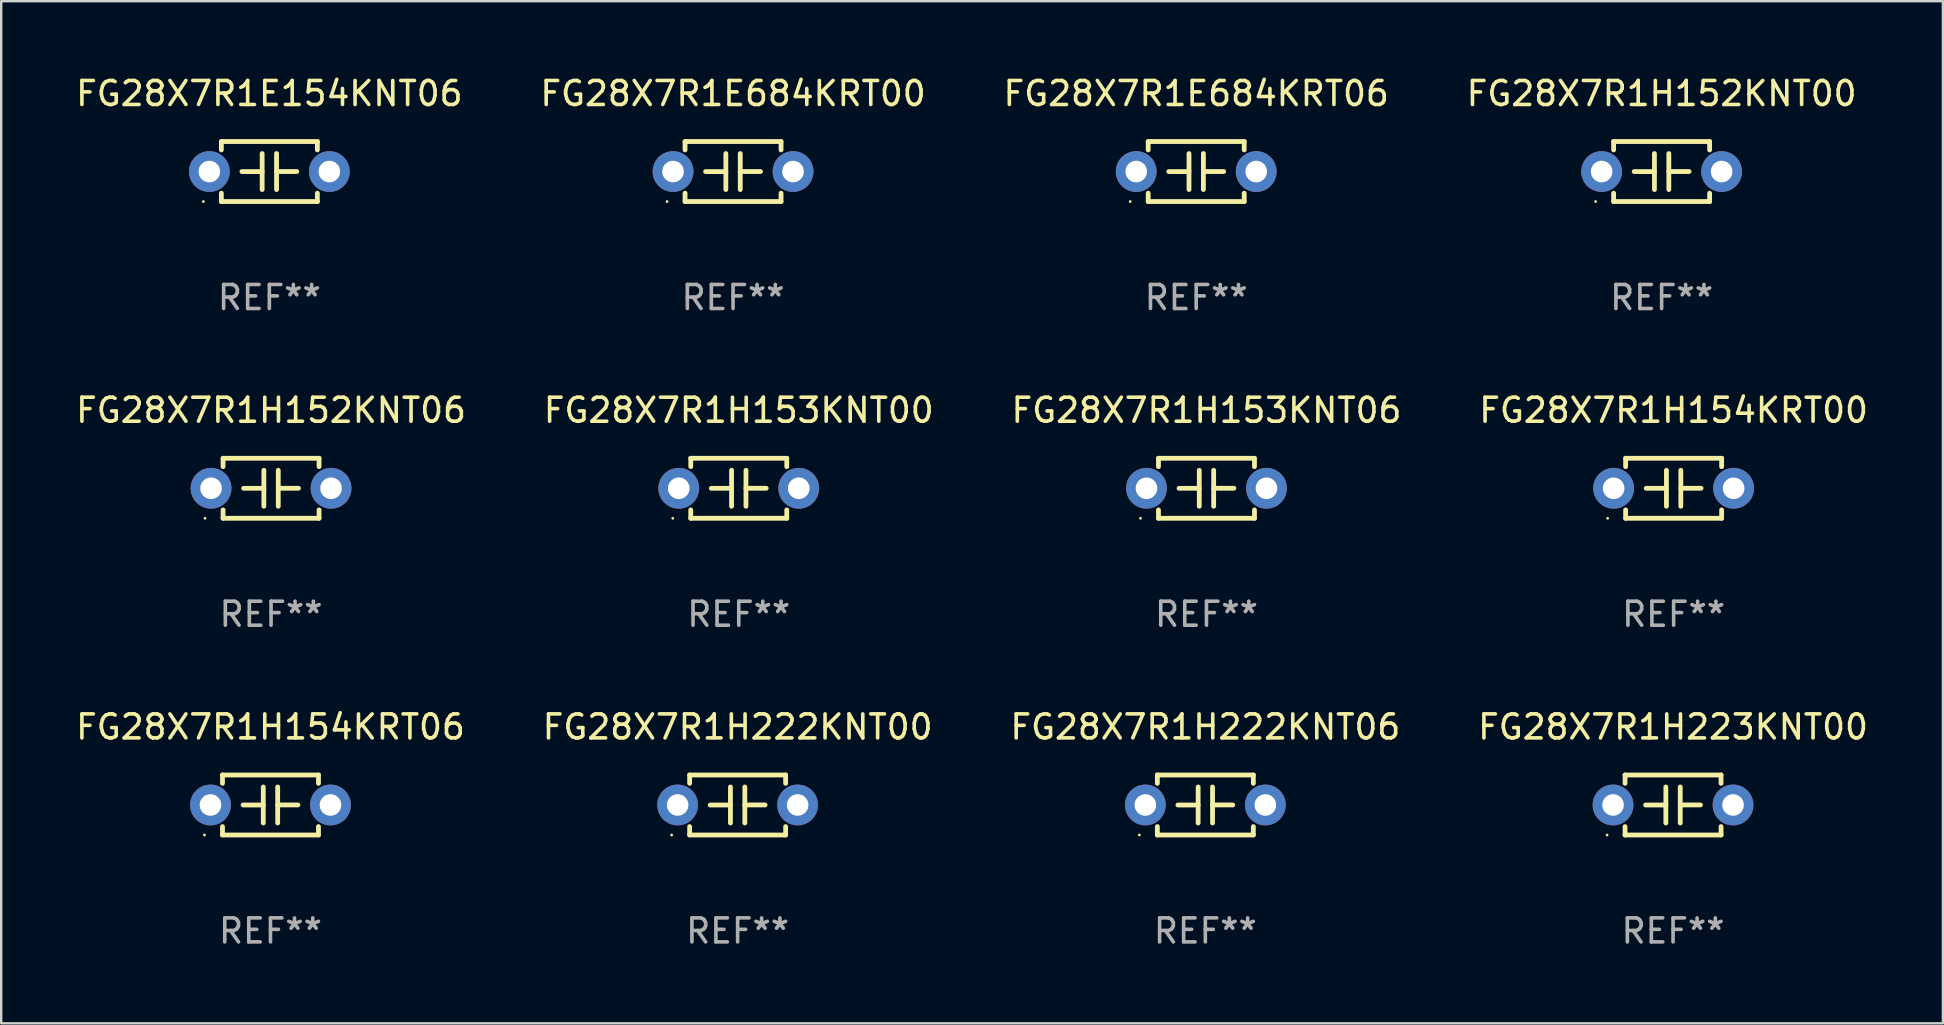
<source format=kicad_pcb>
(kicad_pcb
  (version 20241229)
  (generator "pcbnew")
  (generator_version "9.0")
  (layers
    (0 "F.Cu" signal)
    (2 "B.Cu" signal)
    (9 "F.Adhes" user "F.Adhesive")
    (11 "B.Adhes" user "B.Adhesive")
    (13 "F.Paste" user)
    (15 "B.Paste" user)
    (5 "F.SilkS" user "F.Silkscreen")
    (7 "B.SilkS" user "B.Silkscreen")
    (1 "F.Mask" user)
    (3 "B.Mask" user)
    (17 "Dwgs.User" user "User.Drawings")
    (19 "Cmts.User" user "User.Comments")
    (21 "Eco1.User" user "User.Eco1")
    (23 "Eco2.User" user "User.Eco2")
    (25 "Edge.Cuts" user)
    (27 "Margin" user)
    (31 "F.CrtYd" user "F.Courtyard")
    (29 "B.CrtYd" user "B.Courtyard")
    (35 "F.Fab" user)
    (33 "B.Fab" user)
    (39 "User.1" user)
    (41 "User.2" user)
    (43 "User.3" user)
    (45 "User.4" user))
  (footprint "FG28X7R1H222KNT00"
    (layer "F.Cu")
    (at 27.685 30.491)
    (property "Reference" "FG28X7R1H222KNT00" (at 0 -3.25 0) (layer "F.SilkS") (effects (font (size 1 1) (thickness 0.15))))
    (attr through_hole)
    (fp_line (start -2 -1.25) (end -2 -0.901) (stroke (width 0.2) (type solid)) (layer "F.SilkS"))
    (fp_line (start -2 -1.25) (end 2 -1.25) (stroke (width 0.2) (type solid)) (layer "F.SilkS"))
    (fp_line (start -2 0.901) (end -2 1.25) (stroke (width 0.2) (type solid)) (layer "F.SilkS"))
    (fp_line (start -0.3 -0.75) (end -0.3 0.75) (stroke (width 0.2) (type solid)) (layer "F.SilkS"))
    (fp_line (start -0.3 0.001) (end -1.143 0.001) (stroke (width 0.2) (type solid)) (layer "F.SilkS"))
    (fp_line (start 0.3 -0.001) (end 1.143 -0.001) (stroke (width 0.2) (type solid)) (layer "F.SilkS"))
    (fp_line (start 0.3 0.75) (end 0.3 -0.75) (stroke (width 0.2) (type solid)) (layer "F.SilkS"))
    (fp_line (start 2 -1.25) (end 2 -0.901) (stroke (width 0.2) (type solid)) (layer "F.SilkS"))
    (fp_line (start 2 0.901) (end 2 1.25) (stroke (width 0.2) (type solid)) (layer "F.SilkS"))
    (fp_line (start 2 1.25) (end -2 1.25) (stroke (width 0.2) (type solid)) (layer "F.SilkS"))
    (fp_circle (center -2.75 1.25) (end -2.72 1.25) (stroke (width 0.06) (type solid)) (fill no) (layer "F.SilkS"))
    (fp_text user "REF**" (at 0 5.25 0) (layer "F.Fab") (effects (font (size 1 1) (thickness 0.15))))
    (pad "1" thru_hole circle (at -2.5 0) (size 1.7 1.7) (drill 0.9) (layers "*.Cu" "*.Mask"))
    (pad "2" thru_hole circle (at 2.5 0) (size 1.7 1.7) (drill 0.9) (layers "*.Cu" "*.Mask")))
  (footprint "FG28X7R1E684KRT00"
    (layer "F.Cu")
    (at 27.494 4.098)
    (property "Reference" "FG28X7R1E684KRT00" (at 0 -3.25 0) (layer "F.SilkS") (effects (font (size 1 1) (thickness 0.15))))
    (attr through_hole)
    (fp_line (start -2 -1.25) (end -2 -0.901) (stroke (width 0.2) (type solid)) (layer "F.SilkS"))
    (fp_line (start -2 -1.25) (end 2 -1.25) (stroke (width 0.2) (type solid)) (layer "F.SilkS"))
    (fp_line (start -2 0.901) (end -2 1.25) (stroke (width 0.2) (type solid)) (layer "F.SilkS"))
    (fp_line (start -0.3 -0.75) (end -0.3 0.75) (stroke (width 0.2) (type solid)) (layer "F.SilkS"))
    (fp_line (start -0.3 0.001) (end -1.143 0.001) (stroke (width 0.2) (type solid)) (layer "F.SilkS"))
    (fp_line (start 0.3 -0.001) (end 1.143 -0.001) (stroke (width 0.2) (type solid)) (layer "F.SilkS"))
    (fp_line (start 0.3 0.75) (end 0.3 -0.75) (stroke (width 0.2) (type solid)) (layer "F.SilkS"))
    (fp_line (start 2 -1.25) (end 2 -0.901) (stroke (width 0.2) (type solid)) (layer "F.SilkS"))
    (fp_line (start 2 0.901) (end 2 1.25) (stroke (width 0.2) (type solid)) (layer "F.SilkS"))
    (fp_line (start 2 1.25) (end -2 1.25) (stroke (width 0.2) (type solid)) (layer "F.SilkS"))
    (fp_circle (center -2.75 1.25) (end -2.72 1.25) (stroke (width 0.06) (type solid)) (fill no) (layer "F.SilkS"))
    (fp_text user "REF**" (at 0 5.25 0) (layer "F.Fab") (effects (font (size 1 1) (thickness 0.15))))
    (pad "1" thru_hole circle (at -2.5 0) (size 1.7 1.7) (drill 0.9) (layers "*.Cu" "*.Mask"))
    (pad "2" thru_hole circle (at 2.5 0) (size 1.7 1.7) (drill 0.9) (layers "*.Cu" "*.Mask")))
  (footprint "FG28X7R1H153KNT06"
    (layer "F.Cu")
    (at 47.22 17.295)
    (property "Reference" "FG28X7R1H153KNT06" (at 0 -3.25 0) (layer "F.SilkS") (effects (font (size 1 1) (thickness 0.15))))
    (attr through_hole)
    (fp_line (start -2 -1.25) (end -2 -0.901) (stroke (width 0.2) (type solid)) (layer "F.SilkS"))
    (fp_line (start -2 -1.25) (end 2 -1.25) (stroke (width 0.2) (type solid)) (layer "F.SilkS"))
    (fp_line (start -2 0.901) (end -2 1.25) (stroke (width 0.2) (type solid)) (layer "F.SilkS"))
    (fp_line (start -0.3 -0.75) (end -0.3 0.75) (stroke (width 0.2) (type solid)) (layer "F.SilkS"))
    (fp_line (start -0.3 0.001) (end -1.143 0.001) (stroke (width 0.2) (type solid)) (layer "F.SilkS"))
    (fp_line (start 0.3 -0.001) (end 1.143 -0.001) (stroke (width 0.2) (type solid)) (layer "F.SilkS"))
    (fp_line (start 0.3 0.75) (end 0.3 -0.75) (stroke (width 0.2) (type solid)) (layer "F.SilkS"))
    (fp_line (start 2 -1.25) (end 2 -0.901) (stroke (width 0.2) (type solid)) (layer "F.SilkS"))
    (fp_line (start 2 0.901) (end 2 1.25) (stroke (width 0.2) (type solid)) (layer "F.SilkS"))
    (fp_line (start 2 1.25) (end -2 1.25) (stroke (width 0.2) (type solid)) (layer "F.SilkS"))
    (fp_circle (center -2.75 1.25) (end -2.72 1.25) (stroke (width 0.06) (type solid)) (fill no) (layer "F.SilkS"))
    (fp_text user "REF**" (at 0 5.25 0) (layer "F.Fab") (effects (font (size 1 1) (thickness 0.15))))
    (pad "1" thru_hole circle (at -2.5 0) (size 1.7 1.7) (drill 0.9) (layers "*.Cu" "*.Mask"))
    (pad "2" thru_hole circle (at 2.5 0) (size 1.7 1.7) (drill 0.9) (layers "*.Cu" "*.Mask")))
  (footprint "FG28X7R1H154KRT00"
    (layer "F.Cu")
    (at 66.685 17.295)
    (property "Reference" "FG28X7R1H154KRT00" (at 0 -3.25 0) (layer "F.SilkS") (effects (font (size 1 1) (thickness 0.15))))
    (attr through_hole)
    (fp_line (start -2 -1.25) (end -2 -0.901) (stroke (width 0.2) (type solid)) (layer "F.SilkS"))
    (fp_line (start -2 -1.25) (end 2 -1.25) (stroke (width 0.2) (type solid)) (layer "F.SilkS"))
    (fp_line (start -2 0.901) (end -2 1.25) (stroke (width 0.2) (type solid)) (layer "F.SilkS"))
    (fp_line (start -0.3 -0.75) (end -0.3 0.75) (stroke (width 0.2) (type solid)) (layer "F.SilkS"))
    (fp_line (start -0.3 0.001) (end -1.143 0.001) (stroke (width 0.2) (type solid)) (layer "F.SilkS"))
    (fp_line (start 0.3 -0.001) (end 1.143 -0.001) (stroke (width 0.2) (type solid)) (layer "F.SilkS"))
    (fp_line (start 0.3 0.75) (end 0.3 -0.75) (stroke (width 0.2) (type solid)) (layer "F.SilkS"))
    (fp_line (start 2 -1.25) (end 2 -0.901) (stroke (width 0.2) (type solid)) (layer "F.SilkS"))
    (fp_line (start 2 0.901) (end 2 1.25) (stroke (width 0.2) (type solid)) (layer "F.SilkS"))
    (fp_line (start 2 1.25) (end -2 1.25) (stroke (width 0.2) (type solid)) (layer "F.SilkS"))
    (fp_circle (center -2.75 1.25) (end -2.72 1.25) (stroke (width 0.06) (type solid)) (fill no) (layer "F.SilkS"))
    (fp_text user "REF**" (at 0 5.25 0) (layer "F.Fab") (effects (font (size 1 1) (thickness 0.15))))
    (pad "1" thru_hole circle (at -2.5 0) (size 1.7 1.7) (drill 0.9) (layers "*.Cu" "*.Mask"))
    (pad "2" thru_hole circle (at 2.5 0) (size 1.7 1.7) (drill 0.9) (layers "*.Cu" "*.Mask")))
  (footprint "FG28X7R1E154KNT06"
    (layer "F.Cu")
    (at 8.173 4.098)
    (property "Reference" "FG28X7R1E154KNT06" (at 0 -3.25 0) (layer "F.SilkS") (effects (font (size 1 1) (thickness 0.15))))
    (attr through_hole)
    (fp_line (start -2 -1.25) (end -2 -0.901) (stroke (width 0.2) (type solid)) (layer "F.SilkS"))
    (fp_line (start -2 -1.25) (end 2 -1.25) (stroke (width 0.2) (type solid)) (layer "F.SilkS"))
    (fp_line (start -2 0.901) (end -2 1.25) (stroke (width 0.2) (type solid)) (layer "F.SilkS"))
    (fp_line (start -0.3 -0.75) (end -0.3 0.75) (stroke (width 0.2) (type solid)) (layer "F.SilkS"))
    (fp_line (start -0.3 0.001) (end -1.143 0.001) (stroke (width 0.2) (type solid)) (layer "F.SilkS"))
    (fp_line (start 0.3 -0.001) (end 1.143 -0.001) (stroke (width 0.2) (type solid)) (layer "F.SilkS"))
    (fp_line (start 0.3 0.75) (end 0.3 -0.75) (stroke (width 0.2) (type solid)) (layer "F.SilkS"))
    (fp_line (start 2 -1.25) (end 2 -0.901) (stroke (width 0.2) (type solid)) (layer "F.SilkS"))
    (fp_line (start 2 0.901) (end 2 1.25) (stroke (width 0.2) (type solid)) (layer "F.SilkS"))
    (fp_line (start 2 1.25) (end -2 1.25) (stroke (width 0.2) (type solid)) (layer "F.SilkS"))
    (fp_circle (center -2.75 1.25) (end -2.72 1.25) (stroke (width 0.06) (type solid)) (fill no) (layer "F.SilkS"))
    (fp_text user "REF**" (at 0 5.25 0) (layer "F.Fab") (effects (font (size 1 1) (thickness 0.15))))
    (pad "1" thru_hole circle (at -2.5 0) (size 1.7 1.7) (drill 0.9) (layers "*.Cu" "*.Mask"))
    (pad "2" thru_hole circle (at 2.5 0) (size 1.7 1.7) (drill 0.9) (layers "*.Cu" "*.Mask")))
  (footprint "FG28X7R1H152KNT00"
    (layer "F.Cu")
    (at 66.185 4.098)
    (property "Reference" "FG28X7R1H152KNT00" (at 0 -3.25 0) (layer "F.SilkS") (effects (font (size 1 1) (thickness 0.15))))
    (attr through_hole)
    (fp_line (start -2 -1.25) (end -2 -0.901) (stroke (width 0.2) (type solid)) (layer "F.SilkS"))
    (fp_line (start -2 -1.25) (end 2 -1.25) (stroke (width 0.2) (type solid)) (layer "F.SilkS"))
    (fp_line (start -2 0.901) (end -2 1.25) (stroke (width 0.2) (type solid)) (layer "F.SilkS"))
    (fp_line (start -0.3 -0.75) (end -0.3 0.75) (stroke (width 0.2) (type solid)) (layer "F.SilkS"))
    (fp_line (start -0.3 0.001) (end -1.143 0.001) (stroke (width 0.2) (type solid)) (layer "F.SilkS"))
    (fp_line (start 0.3 -0.001) (end 1.143 -0.001) (stroke (width 0.2) (type solid)) (layer "F.SilkS"))
    (fp_line (start 0.3 0.75) (end 0.3 -0.75) (stroke (width 0.2) (type solid)) (layer "F.SilkS"))
    (fp_line (start 2 -1.25) (end 2 -0.901) (stroke (width 0.2) (type solid)) (layer "F.SilkS"))
    (fp_line (start 2 0.901) (end 2 1.25) (stroke (width 0.2) (type solid)) (layer "F.SilkS"))
    (fp_line (start 2 1.25) (end -2 1.25) (stroke (width 0.2) (type solid)) (layer "F.SilkS"))
    (fp_circle (center -2.75 1.25) (end -2.72 1.25) (stroke (width 0.06) (type solid)) (fill no) (layer "F.SilkS"))
    (fp_text user "REF**" (at 0 5.25 0) (layer "F.Fab") (effects (font (size 1 1) (thickness 0.15))))
    (pad "1" thru_hole circle (at -2.5 0) (size 1.7 1.7) (drill 0.9) (layers "*.Cu" "*.Mask"))
    (pad "2" thru_hole circle (at 2.5 0) (size 1.7 1.7) (drill 0.9) (layers "*.Cu" "*.Mask")))
  (footprint "FG28X7R1H223KNT00"
    (layer "F.Cu")
    (at 66.661 30.491)
    (property "Reference" "FG28X7R1H223KNT00" (at 0 -3.25 0) (layer "F.SilkS") (effects (font (size 1 1) (thickness 0.15))))
    (attr through_hole)
    (fp_line (start -2 -1.25) (end -2 -0.901) (stroke (width 0.2) (type solid)) (layer "F.SilkS"))
    (fp_line (start -2 -1.25) (end 2 -1.25) (stroke (width 0.2) (type solid)) (layer "F.SilkS"))
    (fp_line (start -2 0.901) (end -2 1.25) (stroke (width 0.2) (type solid)) (layer "F.SilkS"))
    (fp_line (start -0.3 -0.75) (end -0.3 0.75) (stroke (width 0.2) (type solid)) (layer "F.SilkS"))
    (fp_line (start -0.3 0.001) (end -1.143 0.001) (stroke (width 0.2) (type solid)) (layer "F.SilkS"))
    (fp_line (start 0.3 -0.001) (end 1.143 -0.001) (stroke (width 0.2) (type solid)) (layer "F.SilkS"))
    (fp_line (start 0.3 0.75) (end 0.3 -0.75) (stroke (width 0.2) (type solid)) (layer "F.SilkS"))
    (fp_line (start 2 -1.25) (end 2 -0.901) (stroke (width 0.2) (type solid)) (layer "F.SilkS"))
    (fp_line (start 2 0.901) (end 2 1.25) (stroke (width 0.2) (type solid)) (layer "F.SilkS"))
    (fp_line (start 2 1.25) (end -2 1.25) (stroke (width 0.2) (type solid)) (layer "F.SilkS"))
    (fp_circle (center -2.75 1.25) (end -2.72 1.25) (stroke (width 0.06) (type solid)) (fill no) (layer "F.SilkS"))
    (fp_text user "REF**" (at 0 5.25 0) (layer "F.Fab") (effects (font (size 1 1) (thickness 0.15))))
    (pad "1" thru_hole circle (at -2.5 0) (size 1.7 1.7) (drill 0.9) (layers "*.Cu" "*.Mask"))
    (pad "2" thru_hole circle (at 2.5 0) (size 1.7 1.7) (drill 0.9) (layers "*.Cu" "*.Mask")))
  (footprint "FG28X7R1H222KNT06"
    (layer "F.Cu")
    (at 47.173 30.491)
    (property "Reference" "FG28X7R1H222KNT06" (at 0 -3.25 0) (layer "F.SilkS") (effects (font (size 1 1) (thickness 0.15))))
    (attr through_hole)
    (fp_line (start -2 -1.25) (end -2 -0.901) (stroke (width 0.2) (type solid)) (layer "F.SilkS"))
    (fp_line (start -2 -1.25) (end 2 -1.25) (stroke (width 0.2) (type solid)) (layer "F.SilkS"))
    (fp_line (start -2 0.901) (end -2 1.25) (stroke (width 0.2) (type solid)) (layer "F.SilkS"))
    (fp_line (start -0.3 -0.75) (end -0.3 0.75) (stroke (width 0.2) (type solid)) (layer "F.SilkS"))
    (fp_line (start -0.3 0.001) (end -1.143 0.001) (stroke (width 0.2) (type solid)) (layer "F.SilkS"))
    (fp_line (start 0.3 -0.001) (end 1.143 -0.001) (stroke (width 0.2) (type solid)) (layer "F.SilkS"))
    (fp_line (start 0.3 0.75) (end 0.3 -0.75) (stroke (width 0.2) (type solid)) (layer "F.SilkS"))
    (fp_line (start 2 -1.25) (end 2 -0.901) (stroke (width 0.2) (type solid)) (layer "F.SilkS"))
    (fp_line (start 2 0.901) (end 2 1.25) (stroke (width 0.2) (type solid)) (layer "F.SilkS"))
    (fp_line (start 2 1.25) (end -2 1.25) (stroke (width 0.2) (type solid)) (layer "F.SilkS"))
    (fp_circle (center -2.75 1.25) (end -2.72 1.25) (stroke (width 0.06) (type solid)) (fill no) (layer "F.SilkS"))
    (fp_text user "REF**" (at 0 5.25 0) (layer "F.Fab") (effects (font (size 1 1) (thickness 0.15))))
    (pad "1" thru_hole circle (at -2.5 0) (size 1.7 1.7) (drill 0.9) (layers "*.Cu" "*.Mask"))
    (pad "2" thru_hole circle (at 2.5 0) (size 1.7 1.7) (drill 0.9) (layers "*.Cu" "*.Mask")))
  (footprint "FG28X7R1H154KRT06"
    (layer "F.Cu")
    (at 8.22 30.491)
    (property "Reference" "FG28X7R1H154KRT06" (at 0 -3.25 0) (layer "F.SilkS") (effects (font (size 1 1) (thickness 0.15))))
    (attr through_hole)
    (fp_line (start -2 -1.25) (end -2 -0.901) (stroke (width 0.2) (type solid)) (layer "F.SilkS"))
    (fp_line (start -2 -1.25) (end 2 -1.25) (stroke (width 0.2) (type solid)) (layer "F.SilkS"))
    (fp_line (start -2 0.901) (end -2 1.25) (stroke (width 0.2) (type solid)) (layer "F.SilkS"))
    (fp_line (start -0.3 -0.75) (end -0.3 0.75) (stroke (width 0.2) (type solid)) (layer "F.SilkS"))
    (fp_line (start -0.3 0.001) (end -1.143 0.001) (stroke (width 0.2) (type solid)) (layer "F.SilkS"))
    (fp_line (start 0.3 -0.001) (end 1.143 -0.001) (stroke (width 0.2) (type solid)) (layer "F.SilkS"))
    (fp_line (start 0.3 0.75) (end 0.3 -0.75) (stroke (width 0.2) (type solid)) (layer "F.SilkS"))
    (fp_line (start 2 -1.25) (end 2 -0.901) (stroke (width 0.2) (type solid)) (layer "F.SilkS"))
    (fp_line (start 2 0.901) (end 2 1.25) (stroke (width 0.2) (type solid)) (layer "F.SilkS"))
    (fp_line (start 2 1.25) (end -2 1.25) (stroke (width 0.2) (type solid)) (layer "F.SilkS"))
    (fp_circle (center -2.75 1.25) (end -2.72 1.25) (stroke (width 0.06) (type solid)) (fill no) (layer "F.SilkS"))
    (fp_text user "REF**" (at 0 5.25 0) (layer "F.Fab") (effects (font (size 1 1) (thickness 0.15))))
    (pad "1" thru_hole circle (at -2.5 0) (size 1.7 1.7) (drill 0.9) (layers "*.Cu" "*.Mask"))
    (pad "2" thru_hole circle (at 2.5 0) (size 1.7 1.7) (drill 0.9) (layers "*.Cu" "*.Mask")))
  (footprint "FG28X7R1E684KRT06"
    (layer "F.Cu")
    (at 46.792 4.098)
    (property "Reference" "FG28X7R1E684KRT06" (at 0 -3.25 0) (layer "F.SilkS") (effects (font (size 1 1) (thickness 0.15))))
    (attr through_hole)
    (fp_line (start -2 -1.25) (end -2 -0.901) (stroke (width 0.2) (type solid)) (layer "F.SilkS"))
    (fp_line (start -2 -1.25) (end 2 -1.25) (stroke (width 0.2) (type solid)) (layer "F.SilkS"))
    (fp_line (start -2 0.901) (end -2 1.25) (stroke (width 0.2) (type solid)) (layer "F.SilkS"))
    (fp_line (start -0.3 -0.75) (end -0.3 0.75) (stroke (width 0.2) (type solid)) (layer "F.SilkS"))
    (fp_line (start -0.3 0.001) (end -1.143 0.001) (stroke (width 0.2) (type solid)) (layer "F.SilkS"))
    (fp_line (start 0.3 -0.001) (end 1.143 -0.001) (stroke (width 0.2) (type solid)) (layer "F.SilkS"))
    (fp_line (start 0.3 0.75) (end 0.3 -0.75) (stroke (width 0.2) (type solid)) (layer "F.SilkS"))
    (fp_line (start 2 -1.25) (end 2 -0.901) (stroke (width 0.2) (type solid)) (layer "F.SilkS"))
    (fp_line (start 2 0.901) (end 2 1.25) (stroke (width 0.2) (type solid)) (layer "F.SilkS"))
    (fp_line (start 2 1.25) (end -2 1.25) (stroke (width 0.2) (type solid)) (layer "F.SilkS"))
    (fp_circle (center -2.75 1.25) (end -2.72 1.25) (stroke (width 0.06) (type solid)) (fill no) (layer "F.SilkS"))
    (fp_text user "REF**" (at 0 5.25 0) (layer "F.Fab") (effects (font (size 1 1) (thickness 0.15))))
    (pad "1" thru_hole circle (at -2.5 0) (size 1.7 1.7) (drill 0.9) (layers "*.Cu" "*.Mask"))
    (pad "2" thru_hole circle (at 2.5 0) (size 1.7 1.7) (drill 0.9) (layers "*.Cu" "*.Mask")))
  (footprint "FG28X7R1H153KNT00"
    (layer "F.Cu")
    (at 27.732 17.295)
    (property "Reference" "FG28X7R1H153KNT00" (at 0 -3.25 0) (layer "F.SilkS") (effects (font (size 1 1) (thickness 0.15))))
    (attr through_hole)
    (fp_line (start -2 -1.25) (end -2 -0.901) (stroke (width 0.2) (type solid)) (layer "F.SilkS"))
    (fp_line (start -2 -1.25) (end 2 -1.25) (stroke (width 0.2) (type solid)) (layer "F.SilkS"))
    (fp_line (start -2 0.901) (end -2 1.25) (stroke (width 0.2) (type solid)) (layer "F.SilkS"))
    (fp_line (start -0.3 -0.75) (end -0.3 0.75) (stroke (width 0.2) (type solid)) (layer "F.SilkS"))
    (fp_line (start -0.3 0.001) (end -1.143 0.001) (stroke (width 0.2) (type solid)) (layer "F.SilkS"))
    (fp_line (start 0.3 -0.001) (end 1.143 -0.001) (stroke (width 0.2) (type solid)) (layer "F.SilkS"))
    (fp_line (start 0.3 0.75) (end 0.3 -0.75) (stroke (width 0.2) (type solid)) (layer "F.SilkS"))
    (fp_line (start 2 -1.25) (end 2 -0.901) (stroke (width 0.2) (type solid)) (layer "F.SilkS"))
    (fp_line (start 2 0.901) (end 2 1.25) (stroke (width 0.2) (type solid)) (layer "F.SilkS"))
    (fp_line (start 2 1.25) (end -2 1.25) (stroke (width 0.2) (type solid)) (layer "F.SilkS"))
    (fp_circle (center -2.75 1.25) (end -2.72 1.25) (stroke (width 0.06) (type solid)) (fill no) (layer "F.SilkS"))
    (fp_text user "REF**" (at 0 5.25 0) (layer "F.Fab") (effects (font (size 1 1) (thickness 0.15))))
    (pad "1" thru_hole circle (at -2.5 0) (size 1.7 1.7) (drill 0.9) (layers "*.Cu" "*.Mask"))
    (pad "2" thru_hole circle (at 2.5 0) (size 1.7 1.7) (drill 0.9) (layers "*.Cu" "*.Mask")))
  (footprint "FG28X7R1H152KNT06"
    (layer "F.Cu")
    (at 8.244 17.295)
    (property "Reference" "FG28X7R1H152KNT06" (at 0 -3.25 0) (layer "F.SilkS") (effects (font (size 1 1) (thickness 0.15))))
    (attr through_hole)
    (fp_line (start -2 -1.25) (end -2 -0.901) (stroke (width 0.2) (type solid)) (layer "F.SilkS"))
    (fp_line (start -2 -1.25) (end 2 -1.25) (stroke (width 0.2) (type solid)) (layer "F.SilkS"))
    (fp_line (start -2 0.901) (end -2 1.25) (stroke (width 0.2) (type solid)) (layer "F.SilkS"))
    (fp_line (start -0.3 -0.75) (end -0.3 0.75) (stroke (width 0.2) (type solid)) (layer "F.SilkS"))
    (fp_line (start -0.3 0.001) (end -1.143 0.001) (stroke (width 0.2) (type solid)) (layer "F.SilkS"))
    (fp_line (start 0.3 -0.001) (end 1.143 -0.001) (stroke (width 0.2) (type solid)) (layer "F.SilkS"))
    (fp_line (start 0.3 0.75) (end 0.3 -0.75) (stroke (width 0.2) (type solid)) (layer "F.SilkS"))
    (fp_line (start 2 -1.25) (end 2 -0.901) (stroke (width 0.2) (type solid)) (layer "F.SilkS"))
    (fp_line (start 2 0.901) (end 2 1.25) (stroke (width 0.2) (type solid)) (layer "F.SilkS"))
    (fp_line (start 2 1.25) (end -2 1.25) (stroke (width 0.2) (type solid)) (layer "F.SilkS"))
    (fp_circle (center -2.75 1.25) (end -2.72 1.25) (stroke (width 0.06) (type solid)) (fill no) (layer "F.SilkS"))
    (fp_text user "REF**" (at 0 5.25 0) (layer "F.Fab") (effects (font (size 1 1) (thickness 0.15))))
    (pad "1" thru_hole circle (at -2.5 0) (size 1.7 1.7) (drill 0.9) (layers "*.Cu" "*.Mask"))
    (pad "2" thru_hole circle (at 2.5 0) (size 1.7 1.7) (drill 0.9) (layers "*.Cu" "*.Mask")))
  (gr_rect
    (start -3 -3)
    (end 77.905 39.59)
    (stroke (width 0.1) (type default))
    (fill no)
    (layer "Edge.Cuts")))
</source>
